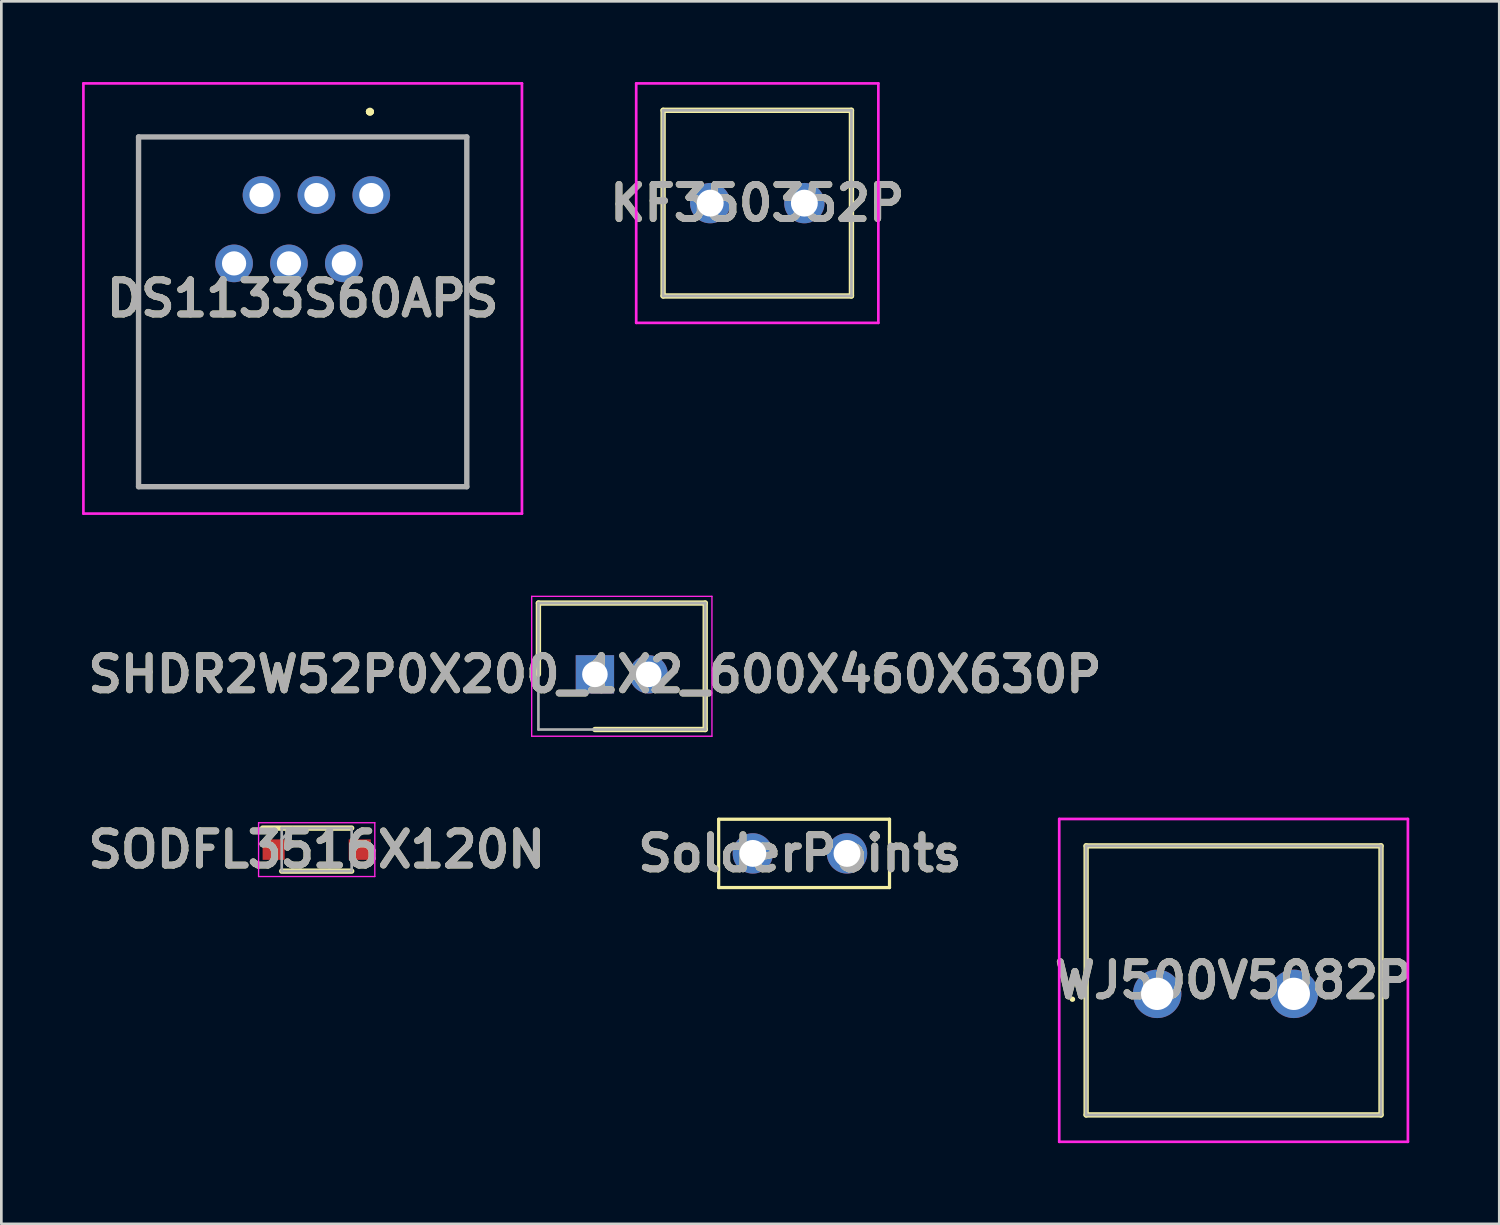
<source format=kicad_pcb>
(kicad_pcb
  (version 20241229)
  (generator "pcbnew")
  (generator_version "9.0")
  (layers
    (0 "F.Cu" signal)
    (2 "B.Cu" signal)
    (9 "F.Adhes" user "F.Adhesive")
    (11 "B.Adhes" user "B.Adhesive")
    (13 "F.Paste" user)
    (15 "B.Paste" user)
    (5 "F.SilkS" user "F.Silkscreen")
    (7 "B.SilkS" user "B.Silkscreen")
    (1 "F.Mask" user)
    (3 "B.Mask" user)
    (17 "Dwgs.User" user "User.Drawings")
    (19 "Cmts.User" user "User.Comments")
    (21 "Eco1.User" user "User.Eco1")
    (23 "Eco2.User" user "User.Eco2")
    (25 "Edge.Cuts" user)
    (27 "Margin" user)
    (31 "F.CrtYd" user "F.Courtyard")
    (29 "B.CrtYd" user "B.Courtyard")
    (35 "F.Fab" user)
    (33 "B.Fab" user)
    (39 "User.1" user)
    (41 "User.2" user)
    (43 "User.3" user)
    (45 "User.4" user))
  (footprint "WJ500V5082P"
    (layer "F.Cu")
    (at 39.96 33.89)
    (property "Reference" "WJ500V5082P" (at 2.84 -0.5 0) (layer "F.SilkS") (effects (font (size 1.27 1.27) (thickness 0.254))))
    (attr through_hole)
    (fp_line (start -3.2 0.2) (end -3.2 0.2) (stroke (width 0.1) (type solid)) (layer "F.SilkS"))
    (fp_line (start -3.1 0.2) (end -3.1 0.2) (stroke (width 0.1) (type solid)) (layer "F.SilkS"))
    (fp_line (start -2.64 -5.5) (end 8.32 -5.5) (stroke (width 0.2) (type solid)) (layer "F.SilkS"))
    (fp_line (start -2.64 4.5) (end -2.64 -5.5) (stroke (width 0.2) (type solid)) (layer "F.SilkS"))
    (fp_line (start 8.32 -5.5) (end 8.32 4.5) (stroke (width 0.2) (type solid)) (layer "F.SilkS"))
    (fp_line (start 8.32 4.5) (end -2.64 4.5) (stroke (width 0.2) (type solid)) (layer "F.SilkS"))
    (fp_arc (start -3.2 0.2) (mid -3.15 0.15) (end -3.1 0.2) (stroke (width 0.1) (type solid)) (layer "F.SilkS"))
    (fp_arc (start -3.1 0.2) (mid -3.15 0.25) (end -3.2 0.2) (stroke (width 0.1) (type solid)) (layer "F.SilkS"))
    (fp_line (start -3.64 -6.5) (end 9.32 -6.5) (stroke (width 0.1) (type solid)) (layer "F.CrtYd"))
    (fp_line (start -3.64 5.5) (end -3.64 -6.5) (stroke (width 0.1) (type solid)) (layer "F.CrtYd"))
    (fp_line (start 9.32 -6.5) (end 9.32 5.5) (stroke (width 0.1) (type solid)) (layer "F.CrtYd"))
    (fp_line (start 9.32 5.5) (end -3.64 5.5) (stroke (width 0.1) (type solid)) (layer "F.CrtYd"))
    (fp_line (start -2.64 -5.5) (end 8.32 -5.5) (stroke (width 0.1) (type solid)) (layer "F.Fab"))
    (fp_line (start -2.64 4.5) (end -2.64 -5.5) (stroke (width 0.1) (type solid)) (layer "F.Fab"))
    (fp_line (start 8.32 -5.5) (end 8.32 4.5) (stroke (width 0.1) (type solid)) (layer "F.Fab"))
    (fp_line (start 8.32 4.5) (end -2.64 4.5) (stroke (width 0.1) (type solid)) (layer "F.Fab"))
    (fp_text user "${REFERENCE}" (at 2.84 -0.5 0) (layer "F.Fab") (effects (font (size 1.27 1.27) (thickness 0.254))))
    (pad "1" thru_hole circle (at 0 0) (size 1.8 1.8) (drill 1.2) (layers "*.Cu" "*.Mask"))
    (pad "2" thru_hole circle (at 5.08 0) (size 1.8 1.8) (drill 1.2) (layers "*.Cu" "*.Mask")))
  (footprint "SolderPoints"
    (layer "F.Cu")
    (at 24.932 28.67)
    (property "Reference" "SolderPoints" (at 1.75 0 0) (layer "F.SilkS") (effects (font (size 1.27 1.27) (thickness 0.254))))
    (attr through_hole)
    (fp_line (start -1.27 -1.27) (end -1.27 1.27) (stroke (width 0.12) (type solid)) (layer "F.SilkS"))
    (fp_line (start -1.27 1.27) (end 5.08 1.27) (stroke (width 0.12) (type solid)) (layer "F.SilkS"))
    (fp_line (start 5.08 -1.27) (end -1.27 -1.27) (stroke (width 0.12) (type solid)) (layer "F.SilkS"))
    (fp_line (start 5.08 1.27) (end 5.08 -1.27) (stroke (width 0.12) (type solid)) (layer "F.SilkS"))
    (fp_text user "${REFERENCE}" (at 1.75 0 0) (layer "F.Fab") (effects (font (size 1.27 1.27) (thickness 0.254))))
    (pad "1" thru_hole circle (at 0 0) (size 1.5 1.5) (drill 1) (layers "*.Cu" "*.Mask"))
    (pad "2" thru_hole circle (at 3.5 0) (size 1.5 1.5) (drill 1) (layers "*.Cu" "*.Mask")))
  (footprint "KF350352P"
    (layer "F.Cu")
    (at 23.347 4.5)
    (property "Reference" "KF350352P" (at 1.75 0 0) (layer "F.SilkS") (effects (font (size 1.27 1.27) (thickness 0.254))))
    (attr smd)
    (fp_line (start -1.75 -3.45) (end 5.25 -3.45) (stroke (width 0.2) (type solid)) (layer "F.SilkS"))
    (fp_line (start -1.75 3.45) (end -1.75 -3.45) (stroke (width 0.2) (type solid)) (layer "F.SilkS"))
    (fp_line (start 5.25 -3.45) (end 5.25 3.45) (stroke (width 0.2) (type solid)) (layer "F.SilkS"))
    (fp_line (start 5.25 3.45) (end -1.75 3.45) (stroke (width 0.2) (type solid)) (layer "F.SilkS"))
    (fp_line (start -2.75 -4.45) (end 6.25 -4.45) (stroke (width 0.1) (type solid)) (layer "F.CrtYd"))
    (fp_line (start -2.75 4.45) (end -2.75 -4.45) (stroke (width 0.1) (type solid)) (layer "F.CrtYd"))
    (fp_line (start 6.25 -4.45) (end 6.25 4.45) (stroke (width 0.1) (type solid)) (layer "F.CrtYd"))
    (fp_line (start 6.25 4.45) (end -2.75 4.45) (stroke (width 0.1) (type solid)) (layer "F.CrtYd"))
    (fp_line (start -1.75 -3.45) (end 5.25 -3.45) (stroke (width 0.1) (type solid)) (layer "F.Fab"))
    (fp_line (start -1.75 3.45) (end -1.75 -3.45) (stroke (width 0.1) (type solid)) (layer "F.Fab"))
    (fp_line (start 5.25 -3.45) (end 5.25 3.45) (stroke (width 0.1) (type solid)) (layer "F.Fab"))
    (fp_line (start 5.25 3.45) (end -1.75 3.45) (stroke (width 0.1) (type solid)) (layer "F.Fab"))
    (fp_text user "${REFERENCE}" (at 1.75 0 0) (layer "F.Fab") (effects (font (size 1.27 1.27) (thickness 0.254))))
    (pad "1" thru_hole circle (at 0 0) (size 1.5 1.5) (drill 1) (layers "*.Cu" "*.Mask"))
    (pad "2" thru_hole circle (at 3.5 0) (size 1.5 1.5) (drill 1) (layers "*.Cu" "*.Mask")))
  (footprint "SHDR2W52P0X200_1X2_600X460X630P"
    (layer "F.Cu")
    (at 19.062 22.015)
    (property "Reference" "SHDR2W52P0X200_1X2_600X460X630P" (at 0 0 0) (layer "F.SilkS") (effects (font (size 1.27 1.27) (thickness 0.254))))
    (attr through_hole)
    (fp_line (start -2.1 -2.65) (end -2.1 0) (stroke (width 0.2) (type solid)) (layer "F.SilkS"))
    (fp_line (start 0 2.05) (end 4.1 2.05) (stroke (width 0.2) (type solid)) (layer "F.SilkS"))
    (fp_line (start 4.1 -2.65) (end -2.1 -2.65) (stroke (width 0.2) (type solid)) (layer "F.SilkS"))
    (fp_line (start 4.1 2.05) (end 4.1 -2.65) (stroke (width 0.2) (type solid)) (layer "F.SilkS"))
    (fp_line (start -2.35 -2.9) (end 4.35 -2.9) (stroke (width 0.05) (type solid)) (layer "F.CrtYd"))
    (fp_line (start -2.35 2.3) (end -2.35 -2.9) (stroke (width 0.05) (type solid)) (layer "F.CrtYd"))
    (fp_line (start 4.35 -2.9) (end 4.35 2.3) (stroke (width 0.05) (type solid)) (layer "F.CrtYd"))
    (fp_line (start 4.35 2.3) (end -2.35 2.3) (stroke (width 0.05) (type solid)) (layer "F.CrtYd"))
    (fp_line (start -2.1 -2.65) (end 4.1 -2.65) (stroke (width 0.1) (type solid)) (layer "F.Fab"))
    (fp_line (start -2.1 2.05) (end -2.1 -2.65) (stroke (width 0.1) (type solid)) (layer "F.Fab"))
    (fp_line (start 4.1 -2.65) (end 4.1 2.05) (stroke (width 0.1) (type solid)) (layer "F.Fab"))
    (fp_line (start 4.1 2.05) (end -2.1 2.05) (stroke (width 0.1) (type solid)) (layer "F.Fab"))
    (fp_text user "${REFERENCE}" (at 0 0 0) (layer "F.Fab") (effects (font (size 1.27 1.27) (thickness 0.254))))
    (pad "1" thru_hole rect (at 0 0) (size 1.425 1.425) (drill 0.95) (layers "*.Cu" "*.Mask"))
    (pad "2" thru_hole circle (at 2 0) (size 1.425 1.425) (drill 0.95) (layers "*.Cu" "*.Mask")))
  (footprint "DS1133S60APS"
    (layer "F.Cu")
    (at 10.75 4.2)
    (property "Reference" "DS1133S60APS" (at -2.55 3.845 0) (layer "F.SilkS") (effects (font (size 1.27 1.27) (thickness 0.254))))
    (attr smd)
    (fp_line (start -8.65 -2.16) (end -8.65 -2.16) (stroke (width 0.1) (type solid)) (layer "F.SilkS"))
    (fp_line (start -8.65 -2.16) (end -8.65 -2.16) (stroke (width 0.1) (type solid)) (layer "F.SilkS"))
    (fp_line (start -8.65 -2.16) (end -8.65 2.75) (stroke (width 0.1) (type solid)) (layer "F.SilkS"))
    (fp_line (start -8.65 -2.16) (end 3.55 -2.16) (stroke (width 0.1) (type solid)) (layer "F.SilkS"))
    (fp_line (start -8.65 2.75) (end -8.65 -2.16) (stroke (width 0.1) (type solid)) (layer "F.SilkS"))
    (fp_line (start -8.65 2.75) (end -8.65 2.75) (stroke (width 0.1) (type solid)) (layer "F.SilkS"))
    (fp_line (start -8.65 6.75) (end -8.65 6.75) (stroke (width 0.1) (type solid)) (layer "F.SilkS"))
    (fp_line (start -8.65 6.75) (end -8.65 10.84) (stroke (width 0.1) (type solid)) (layer "F.SilkS"))
    (fp_line (start -8.65 10.84) (end -8.65 6.75) (stroke (width 0.1) (type solid)) (layer "F.SilkS"))
    (fp_line (start -8.65 10.84) (end -8.65 10.84) (stroke (width 0.1) (type solid)) (layer "F.SilkS"))
    (fp_line (start -8.65 10.84) (end -8.65 10.84) (stroke (width 0.1) (type solid)) (layer "F.SilkS"))
    (fp_line (start -8.65 10.84) (end 3.55 10.84) (stroke (width 0.1) (type solid)) (layer "F.SilkS"))
    (fp_line (start -0.1 -3.1) (end -0.1 -3.1) (stroke (width 0.2) (type solid)) (layer "F.SilkS"))
    (fp_line (start -0.1 -3.1) (end -0.1 -3.1) (stroke (width 0.2) (type solid)) (layer "F.SilkS"))
    (fp_line (start 0 -3.1) (end 0 -3.1) (stroke (width 0.2) (type solid)) (layer "F.SilkS"))
    (fp_line (start 3.55 -2.16) (end -8.65 -2.16) (stroke (width 0.1) (type solid)) (layer "F.SilkS"))
    (fp_line (start 3.55 -2.16) (end 3.55 -2.16) (stroke (width 0.1) (type solid)) (layer "F.SilkS"))
    (fp_line (start 3.55 -2.16) (end 3.55 -2.16) (stroke (width 0.1) (type solid)) (layer "F.SilkS"))
    (fp_line (start 3.55 -2.16) (end 3.55 2.75) (stroke (width 0.1) (type solid)) (layer "F.SilkS"))
    (fp_line (start 3.55 2.75) (end 3.55 -2.16) (stroke (width 0.1) (type solid)) (layer "F.SilkS"))
    (fp_line (start 3.55 2.75) (end 3.55 2.75) (stroke (width 0.1) (type solid)) (layer "F.SilkS"))
    (fp_line (start 3.55 6.75) (end 3.55 6.75) (stroke (width 0.1) (type solid)) (layer "F.SilkS"))
    (fp_line (start 3.55 6.75) (end 3.55 10.84) (stroke (width 0.1) (type solid)) (layer "F.SilkS"))
    (fp_line (start 3.55 10.84) (end -8.65 10.84) (stroke (width 0.1) (type solid)) (layer "F.SilkS"))
    (fp_line (start 3.55 10.84) (end 3.55 6.75) (stroke (width 0.1) (type solid)) (layer "F.SilkS"))
    (fp_line (start 3.55 10.84) (end 3.55 10.84) (stroke (width 0.1) (type solid)) (layer "F.SilkS"))
    (fp_line (start 3.55 10.84) (end 3.55 10.84) (stroke (width 0.1) (type solid)) (layer "F.SilkS"))
    (fp_arc (start -0.1 -3.1) (mid -0.05 -3.15) (end 0 -3.1) (stroke (width 0.2) (type solid)) (layer "F.SilkS"))
    (fp_arc (start 0 -3.1) (mid -0.05 -3.05) (end -0.1 -3.1) (stroke (width 0.2) (type solid)) (layer "F.SilkS"))
    (fp_arc (start 0 -3.1) (mid -0.05 -3.05) (end -0.1 -3.1) (stroke (width 0.2) (type solid)) (layer "F.SilkS"))
    (fp_line (start -10.7 -4.15) (end 5.6 -4.15) (stroke (width 0.1) (type solid)) (layer "F.CrtYd"))
    (fp_line (start -10.7 11.84) (end -10.7 -4.15) (stroke (width 0.1) (type solid)) (layer "F.CrtYd"))
    (fp_line (start 5.6 -4.15) (end 5.6 11.84) (stroke (width 0.1) (type solid)) (layer "F.CrtYd"))
    (fp_line (start 5.6 11.84) (end -10.7 11.84) (stroke (width 0.1) (type solid)) (layer "F.CrtYd"))
    (fp_line (start -8.65 -2.16) (end 3.55 -2.16) (stroke (width 0.2) (type solid)) (layer "F.Fab"))
    (fp_line (start -8.65 10.84) (end -8.65 -2.16) (stroke (width 0.2) (type solid)) (layer "F.Fab"))
    (fp_line (start 3.55 -2.16) (end 3.55 10.84) (stroke (width 0.2) (type solid)) (layer "F.Fab"))
    (fp_line (start 3.55 10.84) (end -8.65 10.84) (stroke (width 0.2) (type solid)) (layer "F.Fab"))
    (fp_text user "${REFERENCE}" (at -2.55 3.845 0) (layer "F.Fab") (effects (font (size 1.27 1.27) (thickness 0.254))))
    (pad "" np_thru_hole circle (at -8.55 4.84) (size 0.001 0.001) (drill 2.3) (layers "*.Cu" "*.Mask"))
    (pad "" np_thru_hole circle (at 3.45 4.84) (size 0.001 0.001) (drill 2.3) (layers "*.Cu" "*.Mask"))
    (pad "1" thru_hole circle (at 0 0) (size 1.4 1.4) (drill 0.9) (layers "*.Cu" "*.Mask"))
    (pad "2" thru_hole circle (at -1.02 2.54) (size 1.4 1.4) (drill 0.9) (layers "*.Cu" "*.Mask"))
    (pad "3" thru_hole circle (at -2.04 0) (size 1.4 1.4) (drill 0.9) (layers "*.Cu" "*.Mask"))
    (pad "4" thru_hole circle (at -3.06 2.54) (size 1.4 1.4) (drill 0.9) (layers "*.Cu" "*.Mask"))
    (pad "5" thru_hole circle (at -4.08 0) (size 1.4 1.4) (drill 0.9) (layers "*.Cu" "*.Mask"))
    (pad "6" thru_hole circle (at -5.1 2.54) (size 1.4 1.4) (drill 0.9) (layers "*.Cu" "*.Mask")))
  (footprint "SODFL3516X120N"
    (layer "F.Cu")
    (at 8.721 28.529)
    (property "Reference" "SODFL3516X120N" (at 0 0 0) (layer "F.SilkS") (effects (font (size 1.27 1.27) (thickness 0.254))))
    (attr smd)
    (fp_line (start -2.01 -0.8) (end 1.3 -0.8) (stroke (width 0.2) (type solid)) (layer "F.SilkS"))
    (fp_line (start -1.3 0.8) (end 1.3 0.8) (stroke (width 0.2) (type solid)) (layer "F.SilkS"))
    (fp_line (start -2.16 -1) (end 2.16 -1) (stroke (width 0.05) (type solid)) (layer "F.CrtYd"))
    (fp_line (start -2.16 1) (end -2.16 -1) (stroke (width 0.05) (type solid)) (layer "F.CrtYd"))
    (fp_line (start 2.16 -1) (end 2.16 1) (stroke (width 0.05) (type solid)) (layer "F.CrtYd"))
    (fp_line (start 2.16 1) (end -2.16 1) (stroke (width 0.05) (type solid)) (layer "F.CrtYd"))
    (fp_line (start -1.3 -0.8) (end 1.3 -0.8) (stroke (width 0.1) (type solid)) (layer "F.Fab"))
    (fp_line (start -1.3 -0.39) (end -0.89 -0.8) (stroke (width 0.1) (type solid)) (layer "F.Fab"))
    (fp_line (start -1.3 0.8) (end -1.3 -0.8) (stroke (width 0.1) (type solid)) (layer "F.Fab"))
    (fp_line (start 1.3 -0.8) (end 1.3 0.8) (stroke (width 0.1) (type solid)) (layer "F.Fab"))
    (fp_line (start 1.3 0.8) (end -1.3 0.8) (stroke (width 0.1) (type solid)) (layer "F.Fab"))
    (fp_text user "${REFERENCE}" (at 0 0 0) (layer "F.Fab") (effects (font (size 1.27 1.27) (thickness 0.254))))
    (pad "1" smd rect (at -1.6 0 90) (size 0.76 0.82) (layers "F.Cu" "F.Mask" "F.Paste"))
    (pad "2" smd rect (at 1.6 0 90) (size 0.76 0.82) (layers "F.Cu" "F.Mask" "F.Paste")))
  (gr_rect
    (start -3 -3)
    (end 52.676 42.44)
    (stroke (width 0.1) (type default))
    (fill no)
    (layer "Edge.Cuts")))
</source>
